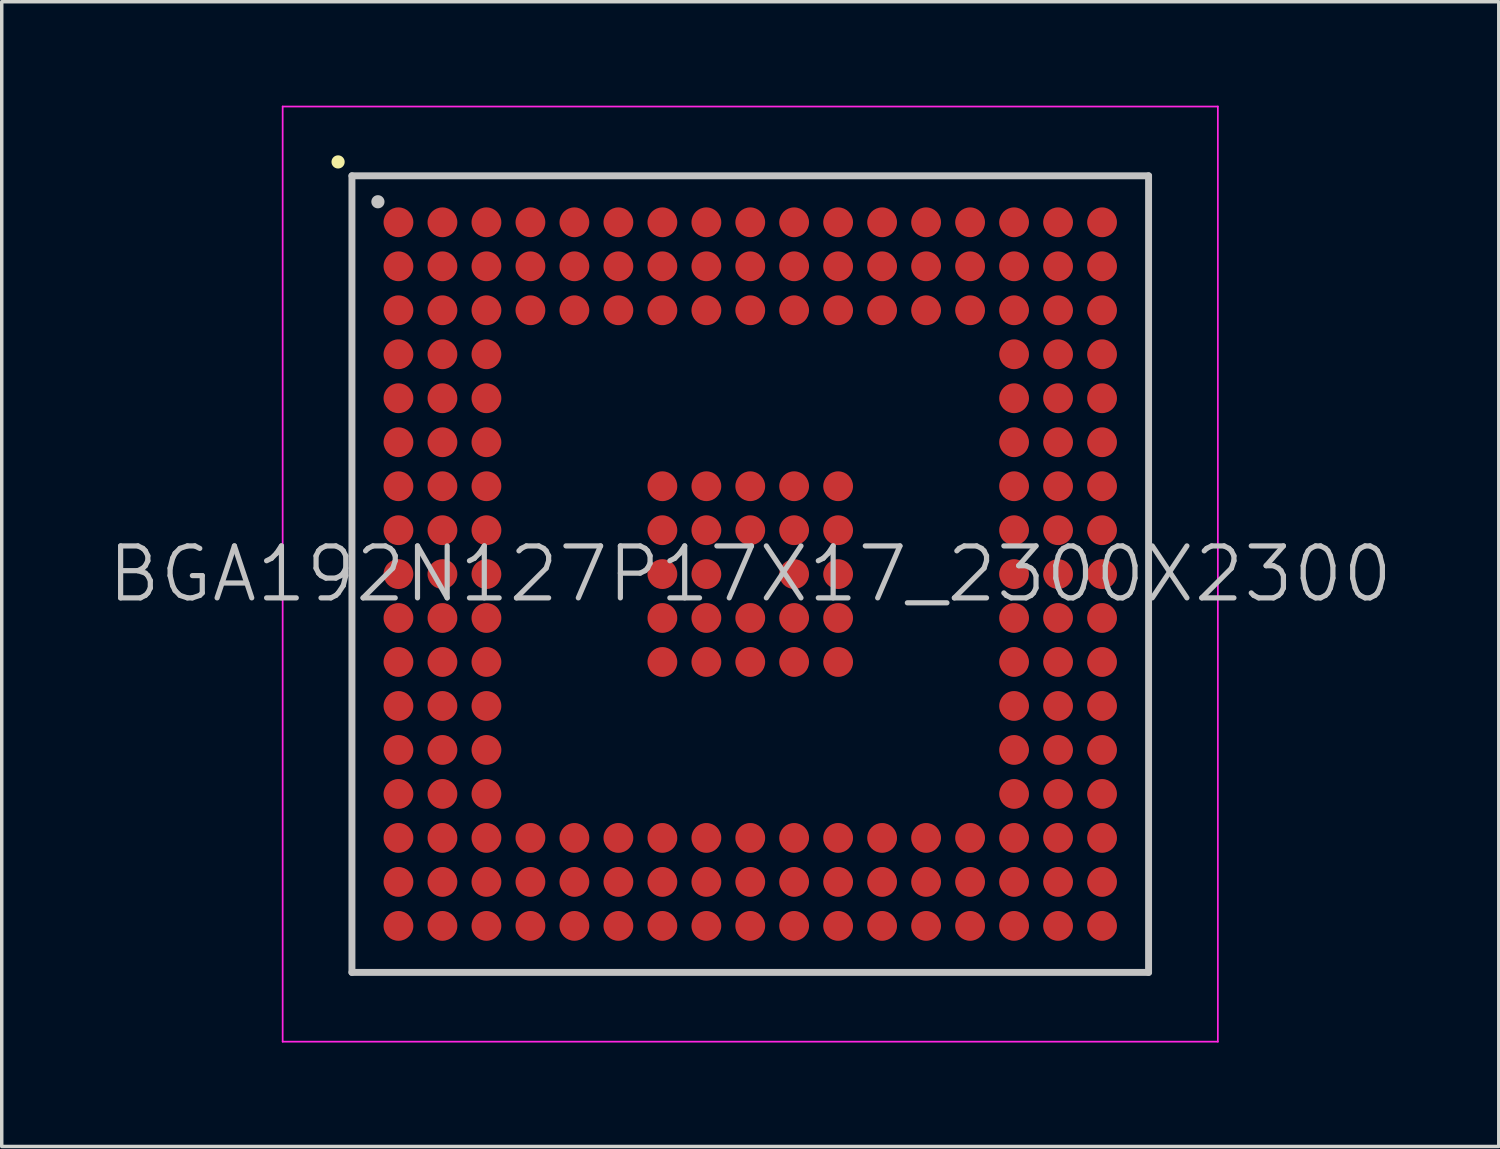
<source format=kicad_pcb>
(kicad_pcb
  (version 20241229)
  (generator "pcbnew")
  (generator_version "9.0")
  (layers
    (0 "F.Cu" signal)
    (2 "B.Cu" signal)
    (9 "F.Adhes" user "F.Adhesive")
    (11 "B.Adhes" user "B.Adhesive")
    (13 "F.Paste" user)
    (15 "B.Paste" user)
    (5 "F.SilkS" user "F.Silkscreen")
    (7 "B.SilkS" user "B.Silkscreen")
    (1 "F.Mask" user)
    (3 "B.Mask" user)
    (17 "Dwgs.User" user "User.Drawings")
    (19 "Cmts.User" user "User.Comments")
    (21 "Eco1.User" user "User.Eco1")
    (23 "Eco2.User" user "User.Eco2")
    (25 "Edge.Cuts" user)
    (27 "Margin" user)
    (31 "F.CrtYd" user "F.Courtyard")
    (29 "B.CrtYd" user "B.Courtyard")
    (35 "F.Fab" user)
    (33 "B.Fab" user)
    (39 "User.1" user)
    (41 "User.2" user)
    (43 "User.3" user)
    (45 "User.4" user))
  (footprint "BGA192N127P17X17_2300X2300"
    (layer "F.Cu")
    (at 18.611 13.525)
    (property "Reference" "BGA192N127P17X17_2300X2300" (at 0 0 0) (layer "Dwgs.User") (effects (font (size 1.5 1.5) (thickness 0.15))))
    (attr smd)
    (fp_line (start -11.9 -11.9) (end -11.9 -11.9) (stroke (width 0.381) (type solid)) (layer "F.SilkS"))
    (fp_line (start -11.5 -11.5) (end -11.5 11.5) (stroke (width 0.2) (type solid)) (layer "Dwgs.User"))
    (fp_line (start -11.5 -11.5) (end 11.5 -11.5) (stroke (width 0.2) (type solid)) (layer "Dwgs.User"))
    (fp_line (start -11.5 11.5) (end 11.5 11.5) (stroke (width 0.2) (type solid)) (layer "Dwgs.User"))
    (fp_line (start -10.75 -10.75) (end -10.75 -10.75) (stroke (width 0.381) (type solid)) (layer "Dwgs.User"))
    (fp_line (start 11.5 -11.5) (end 11.5 11.5) (stroke (width 0.2) (type solid)) (layer "Dwgs.User"))
    (fp_line (start -13.5 -13.5) (end -13.5 13.5) (stroke (width 0.05) (type solid)) (layer "F.CrtYd"))
    (fp_line (start -13.5 -13.5) (end 13.5 -13.5) (stroke (width 0.05) (type solid)) (layer "F.CrtYd"))
    (fp_line (start -13.5 13.5) (end 13.5 13.5) (stroke (width 0.05) (type solid)) (layer "F.CrtYd"))
    (fp_line (start 13.5 -13.5) (end 13.5 13.5) (stroke (width 0.05) (type solid)) (layer "F.CrtYd"))
    (pad "A1" smd circle (at -10.157 -10.157 270) (size 0.86 0.86) (layers "F.Cu" "F.Mask" "F.Paste"))
    (pad "A2" smd circle (at -8.887 -10.157 270) (size 0.86 0.86) (layers "F.Cu" "F.Mask" "F.Paste"))
    (pad "A3" smd circle (at -7.617 -10.157 270) (size 0.86 0.86) (layers "F.Cu" "F.Mask" "F.Paste"))
    (pad "A4" smd circle (at -6.347 -10.157 270) (size 0.86 0.86) (layers "F.Cu" "F.Mask" "F.Paste"))
    (pad "A5" smd circle (at -5.077 -10.157 270) (size 0.86 0.86) (layers "F.Cu" "F.Mask" "F.Paste"))
    (pad "A6" smd circle (at -3.807 -10.157 270) (size 0.86 0.86) (layers "F.Cu" "F.Mask" "F.Paste"))
    (pad "A7" smd circle (at -2.537 -10.157 270) (size 0.86 0.86) (layers "F.Cu" "F.Mask" "F.Paste"))
    (pad "A8" smd circle (at -1.267 -10.157 270) (size 0.86 0.86) (layers "F.Cu" "F.Mask" "F.Paste"))
    (pad "A9" smd circle (at 0 -10.157 270) (size 0.86 0.86) (layers "F.Cu" "F.Mask" "F.Paste"))
    (pad "A10" smd circle (at 1.267 -10.157 270) (size 0.86 0.86) (layers "F.Cu" "F.Mask" "F.Paste"))
    (pad "A11" smd circle (at 2.537 -10.157 270) (size 0.86 0.86) (layers "F.Cu" "F.Mask" "F.Paste"))
    (pad "A12" smd circle (at 3.807 -10.157 270) (size 0.86 0.86) (layers "F.Cu" "F.Mask" "F.Paste"))
    (pad "A13" smd circle (at 5.077 -10.157 270) (size 0.86 0.86) (layers "F.Cu" "F.Mask" "F.Paste"))
    (pad "A14" smd circle (at 6.347 -10.157 270) (size 0.86 0.86) (layers "F.Cu" "F.Mask" "F.Paste"))
    (pad "A15" smd circle (at 7.617 -10.157 270) (size 0.86 0.86) (layers "F.Cu" "F.Mask" "F.Paste"))
    (pad "A16" smd circle (at 8.887 -10.157 270) (size 0.86 0.86) (layers "F.Cu" "F.Mask" "F.Paste"))
    (pad "A17" smd circle (at 10.157 -10.157 270) (size 0.86 0.86) (layers "F.Cu" "F.Mask" "F.Paste"))
    (pad "B1" smd circle (at -10.157 -8.887 270) (size 0.86 0.86) (layers "F.Cu" "F.Mask" "F.Paste"))
    (pad "B2" smd circle (at -8.887 -8.887 270) (size 0.86 0.86) (layers "F.Cu" "F.Mask" "F.Paste"))
    (pad "B3" smd circle (at -7.617 -8.887 270) (size 0.86 0.86) (layers "F.Cu" "F.Mask" "F.Paste"))
    (pad "B4" smd circle (at -6.347 -8.887 270) (size 0.86 0.86) (layers "F.Cu" "F.Mask" "F.Paste"))
    (pad "B5" smd circle (at -5.077 -8.887 270) (size 0.86 0.86) (layers "F.Cu" "F.Mask" "F.Paste"))
    (pad "B6" smd circle (at -3.807 -8.887 270) (size 0.86 0.86) (layers "F.Cu" "F.Mask" "F.Paste"))
    (pad "B7" smd circle (at -2.537 -8.887 270) (size 0.86 0.86) (layers "F.Cu" "F.Mask" "F.Paste"))
    (pad "B8" smd circle (at -1.267 -8.887 270) (size 0.86 0.86) (layers "F.Cu" "F.Mask" "F.Paste"))
    (pad "B9" smd circle (at 0 -8.887 270) (size 0.86 0.86) (layers "F.Cu" "F.Mask" "F.Paste"))
    (pad "B10" smd circle (at 1.267 -8.887 270) (size 0.86 0.86) (layers "F.Cu" "F.Mask" "F.Paste"))
    (pad "B11" smd circle (at 2.537 -8.887 270) (size 0.86 0.86) (layers "F.Cu" "F.Mask" "F.Paste"))
    (pad "B12" smd circle (at 3.807 -8.887 270) (size 0.86 0.86) (layers "F.Cu" "F.Mask" "F.Paste"))
    (pad "B13" smd circle (at 5.077 -8.887 270) (size 0.86 0.86) (layers "F.Cu" "F.Mask" "F.Paste"))
    (pad "B14" smd circle (at 6.347 -8.887 270) (size 0.86 0.86) (layers "F.Cu" "F.Mask" "F.Paste"))
    (pad "B15" smd circle (at 7.617 -8.887 270) (size 0.86 0.86) (layers "F.Cu" "F.Mask" "F.Paste"))
    (pad "B16" smd circle (at 8.887 -8.887 270) (size 0.86 0.86) (layers "F.Cu" "F.Mask" "F.Paste"))
    (pad "B17" smd circle (at 10.157 -8.887 270) (size 0.86 0.86) (layers "F.Cu" "F.Mask" "F.Paste"))
    (pad "C1" smd circle (at -10.157 -7.617 270) (size 0.86 0.86) (layers "F.Cu" "F.Mask" "F.Paste"))
    (pad "C2" smd circle (at -8.887 -7.617 270) (size 0.86 0.86) (layers "F.Cu" "F.Mask" "F.Paste"))
    (pad "C3" smd circle (at -7.617 -7.617 270) (size 0.86 0.86) (layers "F.Cu" "F.Mask" "F.Paste"))
    (pad "C4" smd circle (at -6.347 -7.617 270) (size 0.86 0.86) (layers "F.Cu" "F.Mask" "F.Paste"))
    (pad "C5" smd circle (at -5.077 -7.617 270) (size 0.86 0.86) (layers "F.Cu" "F.Mask" "F.Paste"))
    (pad "C6" smd circle (at -3.807 -7.617 270) (size 0.86 0.86) (layers "F.Cu" "F.Mask" "F.Paste"))
    (pad "C7" smd circle (at -2.537 -7.617 270) (size 0.86 0.86) (layers "F.Cu" "F.Mask" "F.Paste"))
    (pad "C8" smd circle (at -1.267 -7.617 270) (size 0.86 0.86) (layers "F.Cu" "F.Mask" "F.Paste"))
    (pad "C9" smd circle (at 0 -7.617 270) (size 0.86 0.86) (layers "F.Cu" "F.Mask" "F.Paste"))
    (pad "C10" smd circle (at 1.267 -7.617 270) (size 0.86 0.86) (layers "F.Cu" "F.Mask" "F.Paste"))
    (pad "C11" smd circle (at 2.537 -7.617 270) (size 0.86 0.86) (layers "F.Cu" "F.Mask" "F.Paste"))
    (pad "C12" smd circle (at 3.807 -7.617 270) (size 0.86 0.86) (layers "F.Cu" "F.Mask" "F.Paste"))
    (pad "C13" smd circle (at 5.077 -7.617 270) (size 0.86 0.86) (layers "F.Cu" "F.Mask" "F.Paste"))
    (pad "C14" smd circle (at 6.347 -7.617 270) (size 0.86 0.86) (layers "F.Cu" "F.Mask" "F.Paste"))
    (pad "C15" smd circle (at 7.617 -7.617 270) (size 0.86 0.86) (layers "F.Cu" "F.Mask" "F.Paste"))
    (pad "C16" smd circle (at 8.887 -7.617 270) (size 0.86 0.86) (layers "F.Cu" "F.Mask" "F.Paste"))
    (pad "C17" smd circle (at 10.157 -7.617 270) (size 0.86 0.86) (layers "F.Cu" "F.Mask" "F.Paste"))
    (pad "D1" smd circle (at -10.157 -6.347 270) (size 0.86 0.86) (layers "F.Cu" "F.Mask" "F.Paste"))
    (pad "D2" smd circle (at -8.887 -6.347 270) (size 0.86 0.86) (layers "F.Cu" "F.Mask" "F.Paste"))
    (pad "D3" smd circle (at -7.617 -6.347 270) (size 0.86 0.86) (layers "F.Cu" "F.Mask" "F.Paste"))
    (pad "D15" smd circle (at 7.617 -6.347 270) (size 0.86 0.86) (layers "F.Cu" "F.Mask" "F.Paste"))
    (pad "D16" smd circle (at 8.887 -6.347 270) (size 0.86 0.86) (layers "F.Cu" "F.Mask" "F.Paste"))
    (pad "D17" smd circle (at 10.157 -6.347 270) (size 0.86 0.86) (layers "F.Cu" "F.Mask" "F.Paste"))
    (pad "E1" smd circle (at -10.157 -5.077 270) (size 0.86 0.86) (layers "F.Cu" "F.Mask" "F.Paste"))
    (pad "E2" smd circle (at -8.887 -5.077 270) (size 0.86 0.86) (layers "F.Cu" "F.Mask" "F.Paste"))
    (pad "E3" smd circle (at -7.617 -5.077 270) (size 0.86 0.86) (layers "F.Cu" "F.Mask" "F.Paste"))
    (pad "E15" smd circle (at 7.617 -5.077 270) (size 0.86 0.86) (layers "F.Cu" "F.Mask" "F.Paste"))
    (pad "E16" smd circle (at 8.887 -5.077 270) (size 0.86 0.86) (layers "F.Cu" "F.Mask" "F.Paste"))
    (pad "E17" smd circle (at 10.157 -5.077 270) (size 0.86 0.86) (layers "F.Cu" "F.Mask" "F.Paste"))
    (pad "F1" smd circle (at -10.157 -3.807 270) (size 0.86 0.86) (layers "F.Cu" "F.Mask" "F.Paste"))
    (pad "F2" smd circle (at -8.887 -3.807 270) (size 0.86 0.86) (layers "F.Cu" "F.Mask" "F.Paste"))
    (pad "F3" smd circle (at -7.617 -3.807 270) (size 0.86 0.86) (layers "F.Cu" "F.Mask" "F.Paste"))
    (pad "F15" smd circle (at 7.617 -3.807 270) (size 0.86 0.86) (layers "F.Cu" "F.Mask" "F.Paste"))
    (pad "F16" smd circle (at 8.887 -3.807 270) (size 0.86 0.86) (layers "F.Cu" "F.Mask" "F.Paste"))
    (pad "F17" smd circle (at 10.157 -3.807 270) (size 0.86 0.86) (layers "F.Cu" "F.Mask" "F.Paste"))
    (pad "G1" smd circle (at -10.157 -2.537 270) (size 0.86 0.86) (layers "F.Cu" "F.Mask" "F.Paste"))
    (pad "G2" smd circle (at -8.887 -2.537 270) (size 0.86 0.86) (layers "F.Cu" "F.Mask" "F.Paste"))
    (pad "G3" smd circle (at -7.617 -2.537 270) (size 0.86 0.86) (layers "F.Cu" "F.Mask" "F.Paste"))
    (pad "G7" smd circle (at -2.537 -2.537 270) (size 0.86 0.86) (layers "F.Cu" "F.Mask" "F.Paste"))
    (pad "G8" smd circle (at -1.267 -2.537 270) (size 0.86 0.86) (layers "F.Cu" "F.Mask" "F.Paste"))
    (pad "G9" smd circle (at 0 -2.537 270) (size 0.86 0.86) (layers "F.Cu" "F.Mask" "F.Paste"))
    (pad "G10" smd circle (at 1.267 -2.537 270) (size 0.86 0.86) (layers "F.Cu" "F.Mask" "F.Paste"))
    (pad "G11" smd circle (at 2.537 -2.537 270) (size 0.86 0.86) (layers "F.Cu" "F.Mask" "F.Paste"))
    (pad "G15" smd circle (at 7.617 -2.537 270) (size 0.86 0.86) (layers "F.Cu" "F.Mask" "F.Paste"))
    (pad "G16" smd circle (at 8.887 -2.537 270) (size 0.86 0.86) (layers "F.Cu" "F.Mask" "F.Paste"))
    (pad "G17" smd circle (at 10.157 -2.537 270) (size 0.86 0.86) (layers "F.Cu" "F.Mask" "F.Paste"))
    (pad "H1" smd circle (at -10.157 -1.267 270) (size 0.86 0.86) (layers "F.Cu" "F.Mask" "F.Paste"))
    (pad "H2" smd circle (at -8.887 -1.267 270) (size 0.86 0.86) (layers "F.Cu" "F.Mask" "F.Paste"))
    (pad "H3" smd circle (at -7.617 -1.267 270) (size 0.86 0.86) (layers "F.Cu" "F.Mask" "F.Paste"))
    (pad "H7" smd circle (at -2.537 -1.267 270) (size 0.86 0.86) (layers "F.Cu" "F.Mask" "F.Paste"))
    (pad "H8" smd circle (at -1.267 -1.267 270) (size 0.86 0.86) (layers "F.Cu" "F.Mask" "F.Paste"))
    (pad "H9" smd circle (at 0 -1.267 270) (size 0.86 0.86) (layers "F.Cu" "F.Mask" "F.Paste"))
    (pad "H10" smd circle (at 1.267 -1.267 270) (size 0.86 0.86) (layers "F.Cu" "F.Mask" "F.Paste"))
    (pad "H11" smd circle (at 2.537 -1.267 270) (size 0.86 0.86) (layers "F.Cu" "F.Mask" "F.Paste"))
    (pad "H15" smd circle (at 7.617 -1.267 270) (size 0.86 0.86) (layers "F.Cu" "F.Mask" "F.Paste"))
    (pad "H16" smd circle (at 8.887 -1.267 270) (size 0.86 0.86) (layers "F.Cu" "F.Mask" "F.Paste"))
    (pad "H17" smd circle (at 10.157 -1.267 270) (size 0.86 0.86) (layers "F.Cu" "F.Mask" "F.Paste"))
    (pad "J1" smd circle (at -10.157 0 270) (size 0.86 0.86) (layers "F.Cu" "F.Mask" "F.Paste"))
    (pad "J2" smd circle (at -8.887 0 270) (size 0.86 0.86) (layers "F.Cu" "F.Mask" "F.Paste"))
    (pad "J3" smd circle (at -7.617 0 270) (size 0.86 0.86) (layers "F.Cu" "F.Mask" "F.Paste"))
    (pad "J7" smd circle (at -2.537 0 270) (size 0.86 0.86) (layers "F.Cu" "F.Mask" "F.Paste"))
    (pad "J8" smd circle (at -1.267 0 270) (size 0.86 0.86) (layers "F.Cu" "F.Mask" "F.Paste"))
    (pad "J10" smd circle (at 1.267 0 270) (size 0.86 0.86) (layers "F.Cu" "F.Mask" "F.Paste"))
    (pad "J11" smd circle (at 2.537 0 270) (size 0.86 0.86) (layers "F.Cu" "F.Mask" "F.Paste"))
    (pad "J15" smd circle (at 7.617 0 270) (size 0.86 0.86) (layers "F.Cu" "F.Mask" "F.Paste"))
    (pad "J16" smd circle (at 8.887 0 270) (size 0.86 0.86) (layers "F.Cu" "F.Mask" "F.Paste"))
    (pad "J17" smd circle (at 10.157 0 270) (size 0.86 0.86) (layers "F.Cu" "F.Mask" "F.Paste"))
    (pad "K1" smd circle (at -10.157 1.267 270) (size 0.86 0.86) (layers "F.Cu" "F.Mask" "F.Paste"))
    (pad "K2" smd circle (at -8.887 1.267 270) (size 0.86 0.86) (layers "F.Cu" "F.Mask" "F.Paste"))
    (pad "K3" smd circle (at -7.617 1.267 270) (size 0.86 0.86) (layers "F.Cu" "F.Mask" "F.Paste"))
    (pad "K7" smd circle (at -2.537 1.267 270) (size 0.86 0.86) (layers "F.Cu" "F.Mask" "F.Paste"))
    (pad "K8" smd circle (at -1.267 1.267 270) (size 0.86 0.86) (layers "F.Cu" "F.Mask" "F.Paste"))
    (pad "K9" smd circle (at 0 1.267 270) (size 0.86 0.86) (layers "F.Cu" "F.Mask" "F.Paste"))
    (pad "K10" smd circle (at 1.267 1.267 270) (size 0.86 0.86) (layers "F.Cu" "F.Mask" "F.Paste"))
    (pad "K11" smd circle (at 2.537 1.267 270) (size 0.86 0.86) (layers "F.Cu" "F.Mask" "F.Paste"))
    (pad "K15" smd circle (at 7.617 1.267 270) (size 0.86 0.86) (layers "F.Cu" "F.Mask" "F.Paste"))
    (pad "K16" smd circle (at 8.887 1.267 270) (size 0.86 0.86) (layers "F.Cu" "F.Mask" "F.Paste"))
    (pad "K17" smd circle (at 10.157 1.267 270) (size 0.86 0.86) (layers "F.Cu" "F.Mask" "F.Paste"))
    (pad "L1" smd circle (at -10.157 2.537 270) (size 0.86 0.86) (layers "F.Cu" "F.Mask" "F.Paste"))
    (pad "L2" smd circle (at -8.887 2.537 270) (size 0.86 0.86) (layers "F.Cu" "F.Mask" "F.Paste"))
    (pad "L3" smd circle (at -7.617 2.537 270) (size 0.86 0.86) (layers "F.Cu" "F.Mask" "F.Paste"))
    (pad "L7" smd circle (at -2.537 2.537 270) (size 0.86 0.86) (layers "F.Cu" "F.Mask" "F.Paste"))
    (pad "L8" smd circle (at -1.267 2.537 270) (size 0.86 0.86) (layers "F.Cu" "F.Mask" "F.Paste"))
    (pad "L9" smd circle (at 0 2.537 270) (size 0.86 0.86) (layers "F.Cu" "F.Mask" "F.Paste"))
    (pad "L10" smd circle (at 1.267 2.537 270) (size 0.86 0.86) (layers "F.Cu" "F.Mask" "F.Paste"))
    (pad "L11" smd circle (at 2.537 2.537 270) (size 0.86 0.86) (layers "F.Cu" "F.Mask" "F.Paste"))
    (pad "L15" smd circle (at 7.617 2.537 270) (size 0.86 0.86) (layers "F.Cu" "F.Mask" "F.Paste"))
    (pad "L16" smd circle (at 8.887 2.537 270) (size 0.86 0.86) (layers "F.Cu" "F.Mask" "F.Paste"))
    (pad "L17" smd circle (at 10.157 2.537 270) (size 0.86 0.86) (layers "F.Cu" "F.Mask" "F.Paste"))
    (pad "M1" smd circle (at -10.157 3.807 270) (size 0.86 0.86) (layers "F.Cu" "F.Mask" "F.Paste"))
    (pad "M2" smd circle (at -8.887 3.807 270) (size 0.86 0.86) (layers "F.Cu" "F.Mask" "F.Paste"))
    (pad "M3" smd circle (at -7.617 3.807 270) (size 0.86 0.86) (layers "F.Cu" "F.Mask" "F.Paste"))
    (pad "M15" smd circle (at 7.617 3.807 270) (size 0.86 0.86) (layers "F.Cu" "F.Mask" "F.Paste"))
    (pad "M16" smd circle (at 8.887 3.807 270) (size 0.86 0.86) (layers "F.Cu" "F.Mask" "F.Paste"))
    (pad "M17" smd circle (at 10.157 3.807 270) (size 0.86 0.86) (layers "F.Cu" "F.Mask" "F.Paste"))
    (pad "N1" smd circle (at -10.157 5.077 270) (size 0.86 0.86) (layers "F.Cu" "F.Mask" "F.Paste"))
    (pad "N2" smd circle (at -8.887 5.077 270) (size 0.86 0.86) (layers "F.Cu" "F.Mask" "F.Paste"))
    (pad "N3" smd circle (at -7.617 5.077 270) (size 0.86 0.86) (layers "F.Cu" "F.Mask" "F.Paste"))
    (pad "N15" smd circle (at 7.617 5.077 270) (size 0.86 0.86) (layers "F.Cu" "F.Mask" "F.Paste"))
    (pad "N16" smd circle (at 8.887 5.077 270) (size 0.86 0.86) (layers "F.Cu" "F.Mask" "F.Paste"))
    (pad "N17" smd circle (at 10.157 5.077 270) (size 0.86 0.86) (layers "F.Cu" "F.Mask" "F.Paste"))
    (pad "P1" smd circle (at -10.157 6.347 270) (size 0.86 0.86) (layers "F.Cu" "F.Mask" "F.Paste"))
    (pad "P2" smd circle (at -8.887 6.347 270) (size 0.86 0.86) (layers "F.Cu" "F.Mask" "F.Paste"))
    (pad "P3" smd circle (at -7.617 6.347 270) (size 0.86 0.86) (layers "F.Cu" "F.Mask" "F.Paste"))
    (pad "P15" smd circle (at 7.617 6.347 270) (size 0.86 0.86) (layers "F.Cu" "F.Mask" "F.Paste"))
    (pad "P16" smd circle (at 8.887 6.347 270) (size 0.86 0.86) (layers "F.Cu" "F.Mask" "F.Paste"))
    (pad "P17" smd circle (at 10.157 6.347 270) (size 0.86 0.86) (layers "F.Cu" "F.Mask" "F.Paste"))
    (pad "R1" smd circle (at -10.157 7.617 270) (size 0.86 0.86) (layers "F.Cu" "F.Mask" "F.Paste"))
    (pad "R2" smd circle (at -8.887 7.617 270) (size 0.86 0.86) (layers "F.Cu" "F.Mask" "F.Paste"))
    (pad "R3" smd circle (at -7.617 7.617 270) (size 0.86 0.86) (layers "F.Cu" "F.Mask" "F.Paste"))
    (pad "R4" smd circle (at -6.347 7.617 270) (size 0.86 0.86) (layers "F.Cu" "F.Mask" "F.Paste"))
    (pad "R5" smd circle (at -5.077 7.617 270) (size 0.86 0.86) (layers "F.Cu" "F.Mask" "F.Paste"))
    (pad "R6" smd circle (at -3.807 7.617 270) (size 0.86 0.86) (layers "F.Cu" "F.Mask" "F.Paste"))
    (pad "R7" smd circle (at -2.537 7.617 270) (size 0.86 0.86) (layers "F.Cu" "F.Mask" "F.Paste"))
    (pad "R8" smd circle (at -1.267 7.617 270) (size 0.86 0.86) (layers "F.Cu" "F.Mask" "F.Paste"))
    (pad "R9" smd circle (at 0 7.617 270) (size 0.86 0.86) (layers "F.Cu" "F.Mask" "F.Paste"))
    (pad "R10" smd circle (at 1.267 7.617 270) (size 0.86 0.86) (layers "F.Cu" "F.Mask" "F.Paste"))
    (pad "R11" smd circle (at 2.537 7.617 270) (size 0.86 0.86) (layers "F.Cu" "F.Mask" "F.Paste"))
    (pad "R12" smd circle (at 3.807 7.617 270) (size 0.86 0.86) (layers "F.Cu" "F.Mask" "F.Paste"))
    (pad "R13" smd circle (at 5.077 7.617 270) (size 0.86 0.86) (layers "F.Cu" "F.Mask" "F.Paste"))
    (pad "R14" smd circle (at 6.347 7.617 270) (size 0.86 0.86) (layers "F.Cu" "F.Mask" "F.Paste"))
    (pad "R15" smd circle (at 7.617 7.617 270) (size 0.86 0.86) (layers "F.Cu" "F.Mask" "F.Paste"))
    (pad "R16" smd circle (at 8.887 7.617 270) (size 0.86 0.86) (layers "F.Cu" "F.Mask" "F.Paste"))
    (pad "R17" smd circle (at 10.157 7.617 270) (size 0.86 0.86) (layers "F.Cu" "F.Mask" "F.Paste"))
    (pad "T1" smd circle (at -10.157 8.887 270) (size 0.86 0.86) (layers "F.Cu" "F.Mask" "F.Paste"))
    (pad "T2" smd circle (at -8.887 8.887 270) (size 0.86 0.86) (layers "F.Cu" "F.Mask" "F.Paste"))
    (pad "T3" smd circle (at -7.617 8.887 270) (size 0.86 0.86) (layers "F.Cu" "F.Mask" "F.Paste"))
    (pad "T4" smd circle (at -6.347 8.887 270) (size 0.86 0.86) (layers "F.Cu" "F.Mask" "F.Paste"))
    (pad "T5" smd circle (at -5.077 8.887 270) (size 0.86 0.86) (layers "F.Cu" "F.Mask" "F.Paste"))
    (pad "T6" smd circle (at -3.807 8.887 270) (size 0.86 0.86) (layers "F.Cu" "F.Mask" "F.Paste"))
    (pad "T7" smd circle (at -2.537 8.887 270) (size 0.86 0.86) (layers "F.Cu" "F.Mask" "F.Paste"))
    (pad "T8" smd circle (at -1.267 8.887 270) (size 0.86 0.86) (layers "F.Cu" "F.Mask" "F.Paste"))
    (pad "T9" smd circle (at 0 8.887 270) (size 0.86 0.86) (layers "F.Cu" "F.Mask" "F.Paste"))
    (pad "T10" smd circle (at 1.267 8.887 270) (size 0.86 0.86) (layers "F.Cu" "F.Mask" "F.Paste"))
    (pad "T11" smd circle (at 2.537 8.887 270) (size 0.86 0.86) (layers "F.Cu" "F.Mask" "F.Paste"))
    (pad "T12" smd circle (at 3.807 8.887 270) (size 0.86 0.86) (layers "F.Cu" "F.Mask" "F.Paste"))
    (pad "T13" smd circle (at 5.077 8.887 270) (size 0.86 0.86) (layers "F.Cu" "F.Mask" "F.Paste"))
    (pad "T14" smd circle (at 6.347 8.887 270) (size 0.86 0.86) (layers "F.Cu" "F.Mask" "F.Paste"))
    (pad "T15" smd circle (at 7.617 8.887 270) (size 0.86 0.86) (layers "F.Cu" "F.Mask" "F.Paste"))
    (pad "T16" smd circle (at 8.887 8.887 270) (size 0.86 0.86) (layers "F.Cu" "F.Mask" "F.Paste"))
    (pad "T17" smd circle (at 10.157 8.887 270) (size 0.86 0.86) (layers "F.Cu" "F.Mask" "F.Paste"))
    (pad "U1" smd circle (at -10.157 10.157 270) (size 0.86 0.86) (layers "F.Cu" "F.Mask" "F.Paste"))
    (pad "U2" smd circle (at -8.887 10.157 270) (size 0.86 0.86) (layers "F.Cu" "F.Mask" "F.Paste"))
    (pad "U3" smd circle (at -7.617 10.157 270) (size 0.86 0.86) (layers "F.Cu" "F.Mask" "F.Paste"))
    (pad "U4" smd circle (at -6.347 10.157 270) (size 0.86 0.86) (layers "F.Cu" "F.Mask" "F.Paste"))
    (pad "U5" smd circle (at -5.077 10.157 270) (size 0.86 0.86) (layers "F.Cu" "F.Mask" "F.Paste"))
    (pad "U6" smd circle (at -3.807 10.157 270) (size 0.86 0.86) (layers "F.Cu" "F.Mask" "F.Paste"))
    (pad "U7" smd circle (at -2.537 10.157 270) (size 0.86 0.86) (layers "F.Cu" "F.Mask" "F.Paste"))
    (pad "U8" smd circle (at -1.267 10.157 270) (size 0.86 0.86) (layers "F.Cu" "F.Mask" "F.Paste"))
    (pad "U9" smd circle (at 0 10.157 270) (size 0.86 0.86) (layers "F.Cu" "F.Mask" "F.Paste"))
    (pad "U10" smd circle (at 1.267 10.157 270) (size 0.86 0.86) (layers "F.Cu" "F.Mask" "F.Paste"))
    (pad "U11" smd circle (at 2.537 10.157 270) (size 0.86 0.86) (layers "F.Cu" "F.Mask" "F.Paste"))
    (pad "U12" smd circle (at 3.807 10.157 270) (size 0.86 0.86) (layers "F.Cu" "F.Mask" "F.Paste"))
    (pad "U13" smd circle (at 5.077 10.157 270) (size 0.86 0.86) (layers "F.Cu" "F.Mask" "F.Paste"))
    (pad "U14" smd circle (at 6.347 10.157 270) (size 0.86 0.86) (layers "F.Cu" "F.Mask" "F.Paste"))
    (pad "U15" smd circle (at 7.617 10.157 270) (size 0.86 0.86) (layers "F.Cu" "F.Mask" "F.Paste"))
    (pad "U16" smd circle (at 8.887 10.157 270) (size 0.86 0.86) (layers "F.Cu" "F.Mask" "F.Paste"))
    (pad "U17" smd circle (at 10.157 10.157 270) (size 0.86 0.86) (layers "F.Cu" "F.Mask" "F.Paste")))
  (gr_rect
    (start -3 -3)
    (end 40.221 30.05)
    (stroke (width 0.1) (type default))
    (fill no)
    (layer "Edge.Cuts")))
</source>
